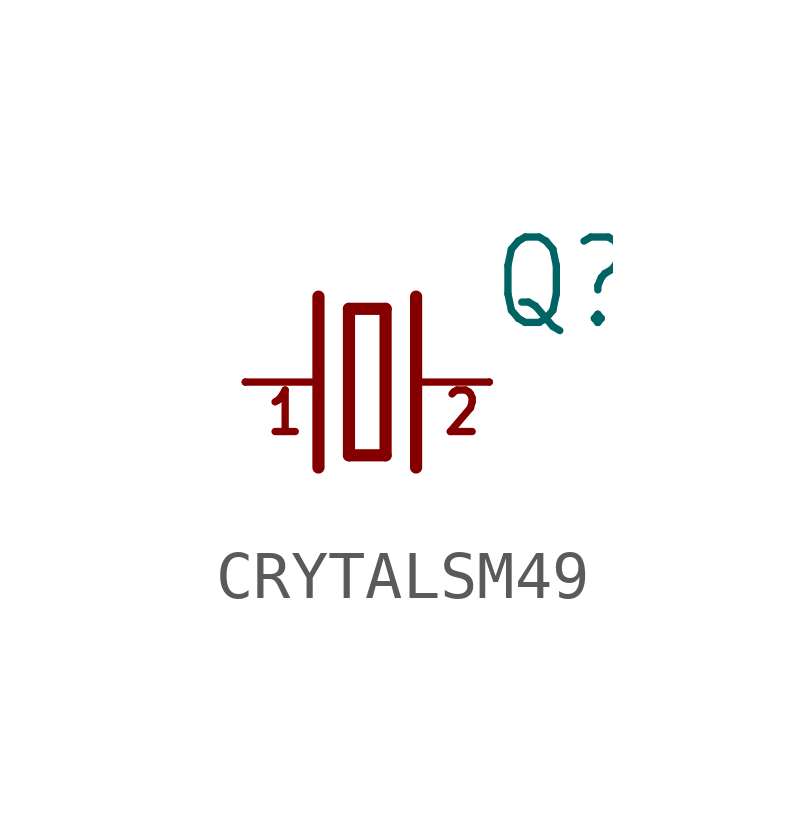
<source format=kicad_sym>
(kicad_symbol_lib
  (version 20220914)
  (generator kicad_symbol_editor)
  (symbol "CRYTALSM49"
    (property "Reference" "Q"
      (at 2.54 1.016 0)
      (effects (font (size 1.778 1.511)) (justify left bottom)))
    (property "Value" ""
      (at 2.54 -2.54 0)
      (effects (font (size 1.778 1.511)) (justify left bottom)))
    (property "ki_locked" ""
      (at 0 0 0)
      (effects (font (size 1.27 1.27))))
    (symbol "CRYTALSM49_1_0"
      (polyline (pts (xy -2.54 0) (xy -1.016 0)) (stroke (width 0.152) (type solid)) (fill (type none)))
      (polyline (pts (xy -1.016 1.778) (xy -1.016 -1.778)) (stroke (width 0.254) (type solid)) (fill (type none)))
      (polyline (pts (xy -0.381 -1.524) (xy 0.381 -1.524)) (stroke (width 0.254) (type solid)) (fill (type none)))
      (polyline (pts (xy -0.381 1.524) (xy -0.381 -1.524)) (stroke (width 0.254) (type solid)) (fill (type none)))
      (polyline (pts (xy 0.381 -1.524) (xy 0.381 1.524)) (stroke (width 0.254) (type solid)) (fill (type none)))
      (polyline (pts (xy 0.381 1.524) (xy -0.381 1.524)) (stroke (width 0.254) (type solid)) (fill (type none)))
      (polyline (pts (xy 1.016 0) (xy 2.54 0)) (stroke (width 0.152) (type solid)) (fill (type none)))
      (polyline (pts (xy 1.016 1.778) (xy 1.016 -1.778)) (stroke (width 0.254) (type solid)) (fill (type none)))
      (text "1" (at -2.159 -1.143 0) (effects (font (size 0.864 0.734)) (justify left bottom)))
      (text "2" (at 1.524 -1.143 0) (effects (font (size 0.864 0.734)) (justify left bottom)))
      (pin passive line (at -2.54 0 0) (length 0) (name "1" (effects (font (size 0 0)))) (number "1" (effects (font (size 0 0)))))
      (pin passive line (at 2.54 0 180) (length 0) (name "2" (effects (font (size 0 0)))) (number "2" (effects (font (size 0 0))))))))
</source>
